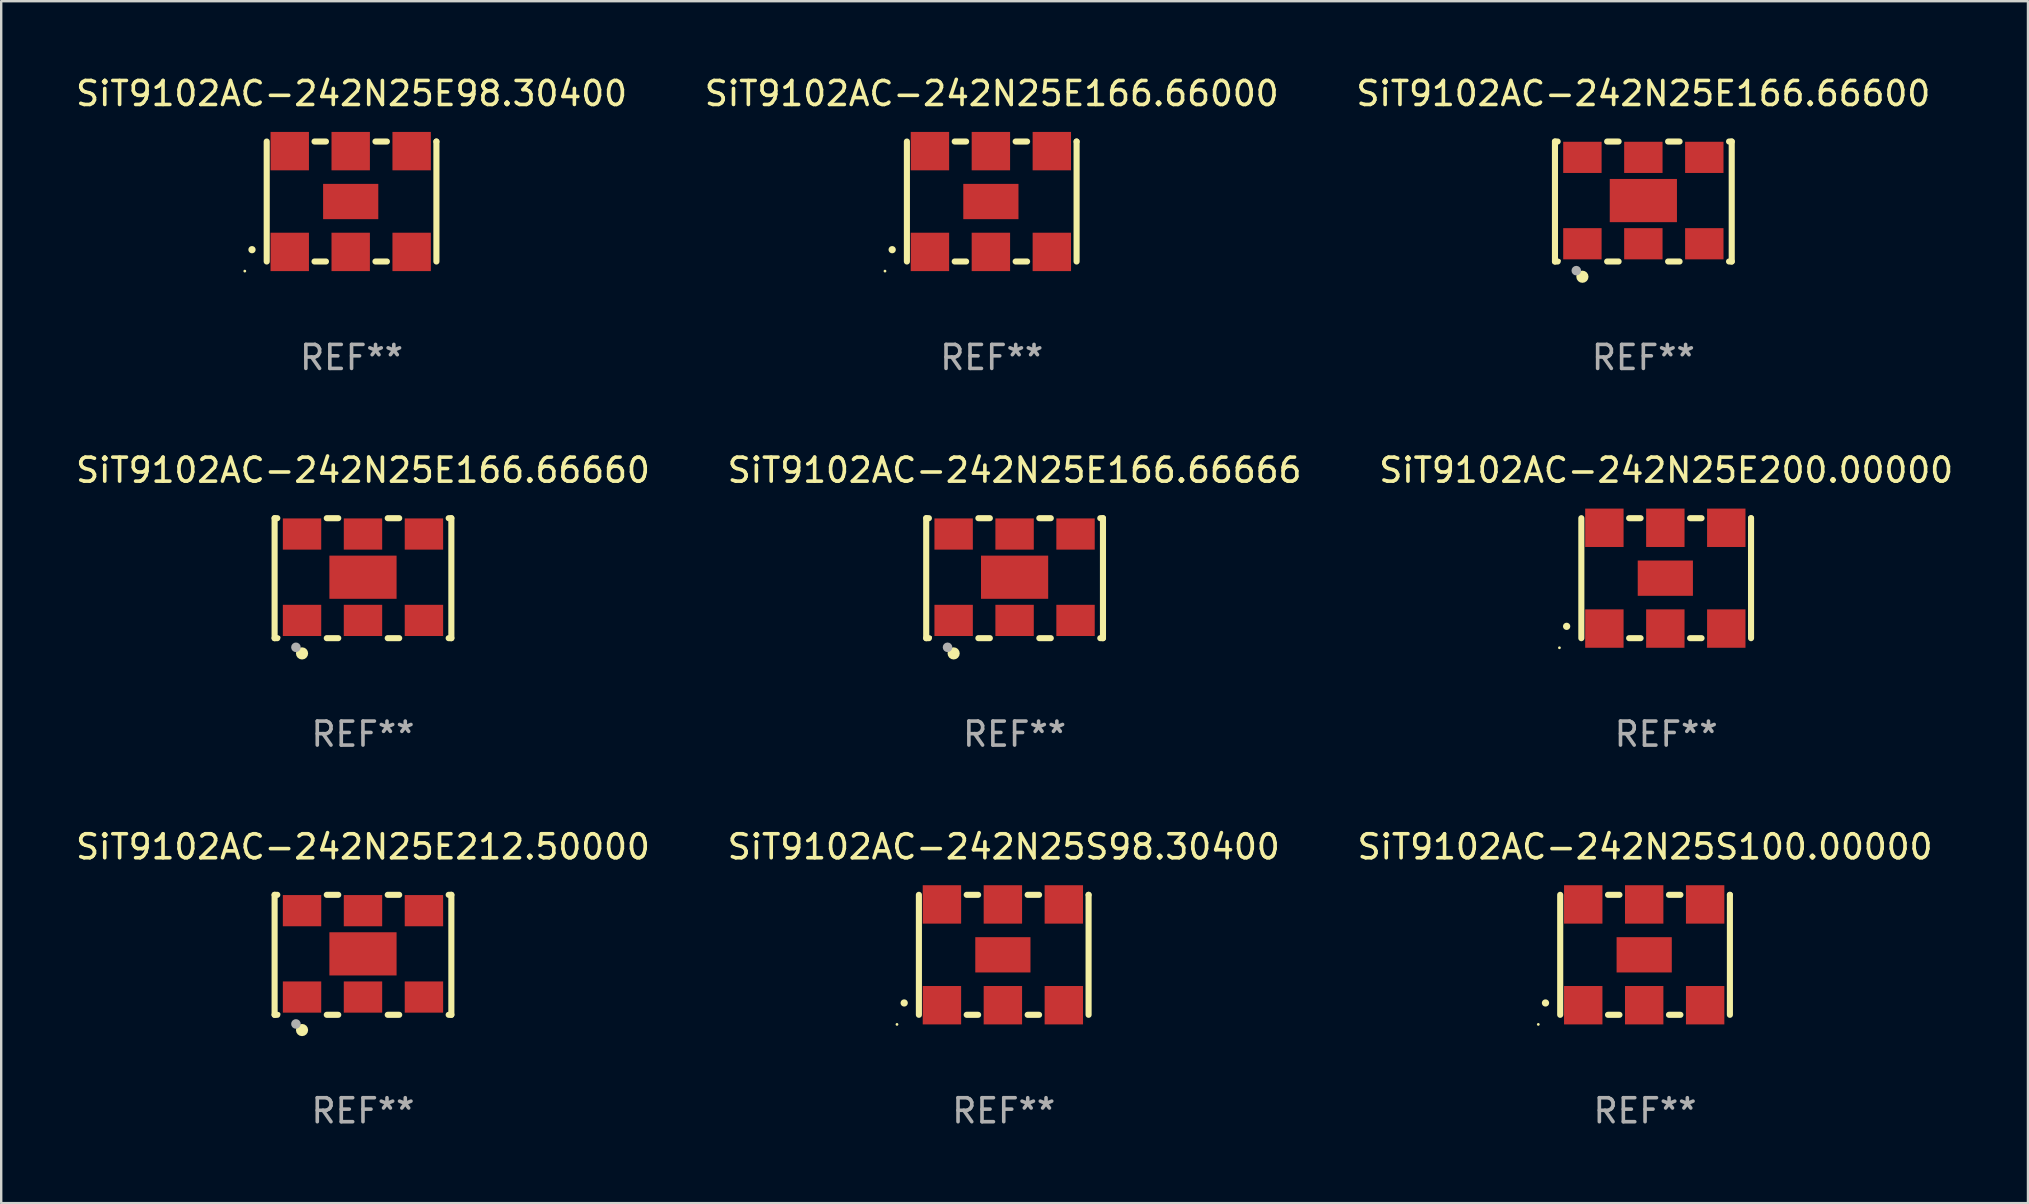
<source format=kicad_pcb>
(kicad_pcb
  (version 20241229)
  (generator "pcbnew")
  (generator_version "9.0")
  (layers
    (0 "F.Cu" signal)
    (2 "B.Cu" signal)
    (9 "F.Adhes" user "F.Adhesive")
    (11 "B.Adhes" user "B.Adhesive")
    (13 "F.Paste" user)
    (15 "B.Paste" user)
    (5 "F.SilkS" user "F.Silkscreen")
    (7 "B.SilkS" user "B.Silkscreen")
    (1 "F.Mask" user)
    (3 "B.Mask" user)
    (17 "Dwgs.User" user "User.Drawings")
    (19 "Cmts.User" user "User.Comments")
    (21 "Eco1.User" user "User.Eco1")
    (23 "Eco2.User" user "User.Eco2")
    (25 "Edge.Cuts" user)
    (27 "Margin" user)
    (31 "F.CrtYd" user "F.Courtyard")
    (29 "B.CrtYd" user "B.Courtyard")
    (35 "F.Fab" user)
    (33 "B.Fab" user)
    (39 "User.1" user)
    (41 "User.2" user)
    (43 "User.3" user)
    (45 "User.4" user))
  (footprint "SiT9102AC-242N25E166.66600"
    (layer "F.Cu")
    (at 65.435 5.348)
    (property "Reference" "SiT9102AC-242N25E166.66600" (at 0 -4.5 0) (layer "F.SilkS") (effects (font (size 1 1) (thickness 0.15))))
    (attr through_hole)
    (fp_line (start -3.683 -2.5) (end -3.571 -2.5) (stroke (width 0.254) (type solid)) (layer "F.SilkS"))
    (fp_line (start -3.683 2.5) (end -3.683 -2.5) (stroke (width 0.254) (type solid)) (layer "F.SilkS"))
    (fp_line (start -3.683 2.5) (end -3.571 2.5) (stroke (width 0.254) (type solid)) (layer "F.SilkS"))
    (fp_line (start -1.509 -2.5) (end -1.031 -2.5) (stroke (width 0.254) (type solid)) (layer "F.SilkS"))
    (fp_line (start -1.509 2.5) (end -1.031 2.5) (stroke (width 0.254) (type solid)) (layer "F.SilkS"))
    (fp_line (start 1.031 -2.5) (end 1.509 -2.5) (stroke (width 0.254) (type solid)) (layer "F.SilkS"))
    (fp_line (start 1.031 2.5) (end 1.509 2.5) (stroke (width 0.254) (type solid)) (layer "F.SilkS"))
    (fp_line (start 3.571 -2.5) (end 3.683 -2.5) (stroke (width 0.254) (type solid)) (layer "F.SilkS"))
    (fp_line (start 3.571 2.5) (end 3.683 2.5) (stroke (width 0.254) (type solid)) (layer "F.SilkS"))
    (fp_line (start 3.683 2.5) (end 3.683 -2.5) (stroke (width 0.254) (type solid)) (layer "F.SilkS"))
    (fp_circle (center -3.5 2.46) (end -3.47 2.46) (stroke (width 0.06) (type solid)) (fill no) (layer "F.SilkS"))
    (fp_circle (center -2.54 3.135) (end -2.413 3.135) (stroke (width 0.254) (type solid)) (fill no) (layer "F.SilkS"))
    (fp_circle (center -2.794 2.881) (end -2.694 2.881) (stroke (width 0.2) (type solid)) (fill no) (layer "F.Fab"))
    (fp_text user "REF**" (at 0 6.5 0) (layer "F.Fab") (effects (font (size 1 1) (thickness 0.15))))
    (pad "1" smd rect (at -2.54 1.76) (size 1.6 1.3) (layers "F.Cu" "F.Mask" "F.Paste"))
    (pad "2" smd rect (at 0 1.76) (size 1.6 1.3) (layers "F.Cu" "F.Mask" "F.Paste"))
    (pad "3" smd rect (at 2.54 1.76) (size 1.6 1.3) (layers "F.Cu" "F.Mask" "F.Paste"))
    (pad "4" smd rect (at 2.54 -1.84) (size 1.6 1.3) (layers "F.Cu" "F.Mask" "F.Paste"))
    (pad "5" smd rect (at 0 -1.84) (size 1.6 1.3) (layers "F.Cu" "F.Mask" "F.Paste"))
    (pad "6" smd rect (at -2.54 -1.84) (size 1.6 1.3) (layers "F.Cu" "F.Mask" "F.Paste"))
    (pad "7" smd rect (at 0 -0.04) (size 2.8 1.8) (layers "F.Cu" "F.Mask" "F.Paste")))
  (footprint "SiT9102AC-242N25S100.00000"
    (layer "F.Cu")
    (at 65.506 36.741)
    (property "Reference" "SiT9102AC-242N25S100.00000" (at 0 -4.5 0) (layer "F.SilkS") (effects (font (size 1 1) (thickness 0.15))))
    (attr through_hole)
    (fp_line (start -3.536 -2.5) (end -3.536 2.5) (stroke (width 0.254) (type solid)) (layer "F.SilkS"))
    (fp_line (start -1.544 2.5) (end -1.067 2.5) (stroke (width 0.254) (type solid)) (layer "F.SilkS"))
    (fp_line (start -1.067 -2.5) (end -1.544 -2.5) (stroke (width 0.254) (type solid)) (layer "F.SilkS"))
    (fp_line (start 0.996 2.5) (end 1.473 2.5) (stroke (width 0.254) (type solid)) (layer "F.SilkS"))
    (fp_line (start 1.473 -2.5) (end 0.996 -2.5) (stroke (width 0.254) (type solid)) (layer "F.SilkS"))
    (fp_line (start 3.536 -2.5) (end 3.536 -2.5) (stroke (width 0.254) (type solid)) (layer "F.SilkS"))
    (fp_line (start 3.536 2.5) (end 3.536 -2.5) (stroke (width 0.254) (type solid)) (layer "F.SilkS"))
    (fp_arc (start -4.150432 2.006604) (mid -4.149162 2.006599) (end -4.147892 2.006604) (stroke (width 0.3) (type solid)) (layer "F.SilkS"))
    (fp_circle (center -4.449 2.9) (end -4.419 2.9) (stroke (width 0.06) (type solid)) (fill no) (layer "F.SilkS"))
    (fp_text user "REF**" (at 0 6.5 0) (layer "F.Fab") (effects (font (size 1 1) (thickness 0.15))))
    (pad "1" smd rect (at -2.576 2.1) (size 1.6 1.6) (layers "F.Cu" "F.Mask" "F.Paste"))
    (pad "2" smd rect (at -0.036 2.1) (size 1.6 1.6) (layers "F.Cu" "F.Mask" "F.Paste"))
    (pad "3" smd rect (at 2.504 2.1) (size 1.6 1.6) (layers "F.Cu" "F.Mask" "F.Paste"))
    (pad "4" smd rect (at 2.504 -2.1) (size 1.6 1.6) (layers "F.Cu" "F.Mask" "F.Paste"))
    (pad "5" smd rect (at -0.036 -2.1) (size 1.6 1.6) (layers "F.Cu" "F.Mask" "F.Paste"))
    (pad "6" smd rect (at -2.576 -2.1) (size 1.6 1.6) (layers "F.Cu" "F.Mask" "F.Paste"))
    (pad "7" smd rect (at -0.036 0) (size 2.3 1.47) (layers "F.Cu" "F.Mask" "F.Paste")))
  (footprint "SiT9102AC-242N25E98.30400"
    (layer "F.Cu")
    (at 11.601 5.348)
    (property "Reference" "SiT9102AC-242N25E98.30400" (at 0 -4.5 0) (layer "F.SilkS") (effects (font (size 1 1) (thickness 0.15))))
    (attr through_hole)
    (fp_line (start -3.536 -2.5) (end -3.536 2.5) (stroke (width 0.254) (type solid)) (layer "F.SilkS"))
    (fp_line (start -1.544 2.5) (end -1.067 2.5) (stroke (width 0.254) (type solid)) (layer "F.SilkS"))
    (fp_line (start -1.067 -2.5) (end -1.544 -2.5) (stroke (width 0.254) (type solid)) (layer "F.SilkS"))
    (fp_line (start 0.996 2.5) (end 1.473 2.5) (stroke (width 0.254) (type solid)) (layer "F.SilkS"))
    (fp_line (start 1.473 -2.5) (end 0.996 -2.5) (stroke (width 0.254) (type solid)) (layer "F.SilkS"))
    (fp_line (start 3.536 -2.5) (end 3.536 -2.5) (stroke (width 0.254) (type solid)) (layer "F.SilkS"))
    (fp_line (start 3.536 2.5) (end 3.536 -2.5) (stroke (width 0.254) (type solid)) (layer "F.SilkS"))
    (fp_arc (start -4.150432 2.006604) (mid -4.149162 2.006599) (end -4.147892 2.006604) (stroke (width 0.3) (type solid)) (layer "F.SilkS"))
    (fp_circle (center -4.449 2.9) (end -4.419 2.9) (stroke (width 0.06) (type solid)) (fill no) (layer "F.SilkS"))
    (fp_text user "REF**" (at 0 6.5 0) (layer "F.Fab") (effects (font (size 1 1) (thickness 0.15))))
    (pad "1" smd rect (at -2.576 2.1) (size 1.6 1.6) (layers "F.Cu" "F.Mask" "F.Paste"))
    (pad "2" smd rect (at -0.036 2.1) (size 1.6 1.6) (layers "F.Cu" "F.Mask" "F.Paste"))
    (pad "3" smd rect (at 2.504 2.1) (size 1.6 1.6) (layers "F.Cu" "F.Mask" "F.Paste"))
    (pad "4" smd rect (at 2.504 -2.1) (size 1.6 1.6) (layers "F.Cu" "F.Mask" "F.Paste"))
    (pad "5" smd rect (at -0.036 -2.1) (size 1.6 1.6) (layers "F.Cu" "F.Mask" "F.Paste"))
    (pad "6" smd rect (at -2.576 -2.1) (size 1.6 1.6) (layers "F.Cu" "F.Mask" "F.Paste"))
    (pad "7" smd rect (at -0.036 0) (size 2.3 1.47) (layers "F.Cu" "F.Mask" "F.Paste")))
  (footprint "SiT9102AC-242N25E166.66000"
    (layer "F.Cu")
    (at 38.28 5.348)
    (property "Reference" "SiT9102AC-242N25E166.66000" (at 0 -4.5 0) (layer "F.SilkS") (effects (font (size 1 1) (thickness 0.15))))
    (attr through_hole)
    (fp_line (start -3.536 -2.5) (end -3.536 2.5) (stroke (width 0.254) (type solid)) (layer "F.SilkS"))
    (fp_line (start -1.544 2.5) (end -1.067 2.5) (stroke (width 0.254) (type solid)) (layer "F.SilkS"))
    (fp_line (start -1.067 -2.5) (end -1.544 -2.5) (stroke (width 0.254) (type solid)) (layer "F.SilkS"))
    (fp_line (start 0.996 2.5) (end 1.473 2.5) (stroke (width 0.254) (type solid)) (layer "F.SilkS"))
    (fp_line (start 1.473 -2.5) (end 0.996 -2.5) (stroke (width 0.254) (type solid)) (layer "F.SilkS"))
    (fp_line (start 3.536 -2.5) (end 3.536 -2.5) (stroke (width 0.254) (type solid)) (layer "F.SilkS"))
    (fp_line (start 3.536 2.5) (end 3.536 -2.5) (stroke (width 0.254) (type solid)) (layer "F.SilkS"))
    (fp_arc (start -4.150432 2.006604) (mid -4.149162 2.006599) (end -4.147892 2.006604) (stroke (width 0.3) (type solid)) (layer "F.SilkS"))
    (fp_circle (center -4.449 2.9) (end -4.419 2.9) (stroke (width 0.06) (type solid)) (fill no) (layer "F.SilkS"))
    (fp_text user "REF**" (at 0 6.5 0) (layer "F.Fab") (effects (font (size 1 1) (thickness 0.15))))
    (pad "1" smd rect (at -2.576 2.1) (size 1.6 1.6) (layers "F.Cu" "F.Mask" "F.Paste"))
    (pad "2" smd rect (at -0.036 2.1) (size 1.6 1.6) (layers "F.Cu" "F.Mask" "F.Paste"))
    (pad "3" smd rect (at 2.504 2.1) (size 1.6 1.6) (layers "F.Cu" "F.Mask" "F.Paste"))
    (pad "4" smd rect (at 2.504 -2.1) (size 1.6 1.6) (layers "F.Cu" "F.Mask" "F.Paste"))
    (pad "5" smd rect (at -0.036 -2.1) (size 1.6 1.6) (layers "F.Cu" "F.Mask" "F.Paste"))
    (pad "6" smd rect (at -2.576 -2.1) (size 1.6 1.6) (layers "F.Cu" "F.Mask" "F.Paste"))
    (pad "7" smd rect (at -0.036 0) (size 2.3 1.47) (layers "F.Cu" "F.Mask" "F.Paste")))
  (footprint "SiT9102AC-242N25E166.66660"
    (layer "F.Cu")
    (at 12.077 21.045)
    (property "Reference" "SiT9102AC-242N25E166.66660" (at 0 -4.5 0) (layer "F.SilkS") (effects (font (size 1 1) (thickness 0.15))))
    (attr through_hole)
    (fp_line (start -3.683 -2.5) (end -3.571 -2.5) (stroke (width 0.254) (type solid)) (layer "F.SilkS"))
    (fp_line (start -3.683 2.5) (end -3.683 -2.5) (stroke (width 0.254) (type solid)) (layer "F.SilkS"))
    (fp_line (start -3.683 2.5) (end -3.571 2.5) (stroke (width 0.254) (type solid)) (layer "F.SilkS"))
    (fp_line (start -1.509 -2.5) (end -1.031 -2.5) (stroke (width 0.254) (type solid)) (layer "F.SilkS"))
    (fp_line (start -1.509 2.5) (end -1.031 2.5) (stroke (width 0.254) (type solid)) (layer "F.SilkS"))
    (fp_line (start 1.031 -2.5) (end 1.509 -2.5) (stroke (width 0.254) (type solid)) (layer "F.SilkS"))
    (fp_line (start 1.031 2.5) (end 1.509 2.5) (stroke (width 0.254) (type solid)) (layer "F.SilkS"))
    (fp_line (start 3.571 -2.5) (end 3.683 -2.5) (stroke (width 0.254) (type solid)) (layer "F.SilkS"))
    (fp_line (start 3.571 2.5) (end 3.683 2.5) (stroke (width 0.254) (type solid)) (layer "F.SilkS"))
    (fp_line (start 3.683 2.5) (end 3.683 -2.5) (stroke (width 0.254) (type solid)) (layer "F.SilkS"))
    (fp_circle (center -3.5 2.46) (end -3.47 2.46) (stroke (width 0.06) (type solid)) (fill no) (layer "F.SilkS"))
    (fp_circle (center -2.54 3.135) (end -2.413 3.135) (stroke (width 0.254) (type solid)) (fill no) (layer "F.SilkS"))
    (fp_circle (center -2.794 2.881) (end -2.694 2.881) (stroke (width 0.2) (type solid)) (fill no) (layer "F.Fab"))
    (fp_text user "REF**" (at 0 6.5 0) (layer "F.Fab") (effects (font (size 1 1) (thickness 0.15))))
    (pad "1" smd rect (at -2.54 1.76) (size 1.6 1.3) (layers "F.Cu" "F.Mask" "F.Paste"))
    (pad "2" smd rect (at 0 1.76) (size 1.6 1.3) (layers "F.Cu" "F.Mask" "F.Paste"))
    (pad "3" smd rect (at 2.54 1.76) (size 1.6 1.3) (layers "F.Cu" "F.Mask" "F.Paste"))
    (pad "4" smd rect (at 2.54 -1.84) (size 1.6 1.3) (layers "F.Cu" "F.Mask" "F.Paste"))
    (pad "5" smd rect (at 0 -1.84) (size 1.6 1.3) (layers "F.Cu" "F.Mask" "F.Paste"))
    (pad "6" smd rect (at -2.54 -1.84) (size 1.6 1.3) (layers "F.Cu" "F.Mask" "F.Paste"))
    (pad "7" smd rect (at 0 -0.04) (size 2.8 1.8) (layers "F.Cu" "F.Mask" "F.Paste")))
  (footprint "SiT9102AC-242N25E200.00000"
    (layer "F.Cu")
    (at 66.387 21.045)
    (property "Reference" "SiT9102AC-242N25E200.00000" (at 0 -4.5 0) (layer "F.SilkS") (effects (font (size 1 1) (thickness 0.15))))
    (attr through_hole)
    (fp_line (start -3.536 -2.5) (end -3.536 2.5) (stroke (width 0.254) (type solid)) (layer "F.SilkS"))
    (fp_line (start -1.544 2.5) (end -1.067 2.5) (stroke (width 0.254) (type solid)) (layer "F.SilkS"))
    (fp_line (start -1.067 -2.5) (end -1.544 -2.5) (stroke (width 0.254) (type solid)) (layer "F.SilkS"))
    (fp_line (start 0.996 2.5) (end 1.473 2.5) (stroke (width 0.254) (type solid)) (layer "F.SilkS"))
    (fp_line (start 1.473 -2.5) (end 0.996 -2.5) (stroke (width 0.254) (type solid)) (layer "F.SilkS"))
    (fp_line (start 3.536 -2.5) (end 3.536 -2.5) (stroke (width 0.254) (type solid)) (layer "F.SilkS"))
    (fp_line (start 3.536 2.5) (end 3.536 -2.5) (stroke (width 0.254) (type solid)) (layer "F.SilkS"))
    (fp_arc (start -4.150432 2.006604) (mid -4.149162 2.006599) (end -4.147892 2.006604) (stroke (width 0.3) (type solid)) (layer "F.SilkS"))
    (fp_circle (center -4.449 2.9) (end -4.419 2.9) (stroke (width 0.06) (type solid)) (fill no) (layer "F.SilkS"))
    (fp_text user "REF**" (at 0 6.5 0) (layer "F.Fab") (effects (font (size 1 1) (thickness 0.15))))
    (pad "1" smd rect (at -2.576 2.1) (size 1.6 1.6) (layers "F.Cu" "F.Mask" "F.Paste"))
    (pad "2" smd rect (at -0.036 2.1) (size 1.6 1.6) (layers "F.Cu" "F.Mask" "F.Paste"))
    (pad "3" smd rect (at 2.504 2.1) (size 1.6 1.6) (layers "F.Cu" "F.Mask" "F.Paste"))
    (pad "4" smd rect (at 2.504 -2.1) (size 1.6 1.6) (layers "F.Cu" "F.Mask" "F.Paste"))
    (pad "5" smd rect (at -0.036 -2.1) (size 1.6 1.6) (layers "F.Cu" "F.Mask" "F.Paste"))
    (pad "6" smd rect (at -2.576 -2.1) (size 1.6 1.6) (layers "F.Cu" "F.Mask" "F.Paste"))
    (pad "7" smd rect (at -0.036 0) (size 2.3 1.47) (layers "F.Cu" "F.Mask" "F.Paste")))
  (footprint "SiT9102AC-242N25S98.30400"
    (layer "F.Cu")
    (at 38.78 36.741)
    (property "Reference" "SiT9102AC-242N25S98.30400" (at 0 -4.5 0) (layer "F.SilkS") (effects (font (size 1 1) (thickness 0.15))))
    (attr through_hole)
    (fp_line (start -3.536 -2.5) (end -3.536 2.5) (stroke (width 0.254) (type solid)) (layer "F.SilkS"))
    (fp_line (start -1.544 2.5) (end -1.067 2.5) (stroke (width 0.254) (type solid)) (layer "F.SilkS"))
    (fp_line (start -1.067 -2.5) (end -1.544 -2.5) (stroke (width 0.254) (type solid)) (layer "F.SilkS"))
    (fp_line (start 0.996 2.5) (end 1.473 2.5) (stroke (width 0.254) (type solid)) (layer "F.SilkS"))
    (fp_line (start 1.473 -2.5) (end 0.996 -2.5) (stroke (width 0.254) (type solid)) (layer "F.SilkS"))
    (fp_line (start 3.536 -2.5) (end 3.536 -2.5) (stroke (width 0.254) (type solid)) (layer "F.SilkS"))
    (fp_line (start 3.536 2.5) (end 3.536 -2.5) (stroke (width 0.254) (type solid)) (layer "F.SilkS"))
    (fp_arc (start -4.150432 2.006604) (mid -4.149162 2.006599) (end -4.147892 2.006604) (stroke (width 0.3) (type solid)) (layer "F.SilkS"))
    (fp_circle (center -4.449 2.9) (end -4.419 2.9) (stroke (width 0.06) (type solid)) (fill no) (layer "F.SilkS"))
    (fp_text user "REF**" (at 0 6.5 0) (layer "F.Fab") (effects (font (size 1 1) (thickness 0.15))))
    (pad "1" smd rect (at -2.576 2.1) (size 1.6 1.6) (layers "F.Cu" "F.Mask" "F.Paste"))
    (pad "2" smd rect (at -0.036 2.1) (size 1.6 1.6) (layers "F.Cu" "F.Mask" "F.Paste"))
    (pad "3" smd rect (at 2.504 2.1) (size 1.6 1.6) (layers "F.Cu" "F.Mask" "F.Paste"))
    (pad "4" smd rect (at 2.504 -2.1) (size 1.6 1.6) (layers "F.Cu" "F.Mask" "F.Paste"))
    (pad "5" smd rect (at -0.036 -2.1) (size 1.6 1.6) (layers "F.Cu" "F.Mask" "F.Paste"))
    (pad "6" smd rect (at -2.576 -2.1) (size 1.6 1.6) (layers "F.Cu" "F.Mask" "F.Paste"))
    (pad "7" smd rect (at -0.036 0) (size 2.3 1.47) (layers "F.Cu" "F.Mask" "F.Paste")))
  (footprint "SiT9102AC-242N25E212.50000"
    (layer "F.Cu")
    (at 12.077 36.741)
    (property "Reference" "SiT9102AC-242N25E212.50000" (at 0 -4.5 0) (layer "F.SilkS") (effects (font (size 1 1) (thickness 0.15))))
    (attr through_hole)
    (fp_line (start -3.683 -2.5) (end -3.571 -2.5) (stroke (width 0.254) (type solid)) (layer "F.SilkS"))
    (fp_line (start -3.683 2.5) (end -3.683 -2.5) (stroke (width 0.254) (type solid)) (layer "F.SilkS"))
    (fp_line (start -3.683 2.5) (end -3.571 2.5) (stroke (width 0.254) (type solid)) (layer "F.SilkS"))
    (fp_line (start -1.509 -2.5) (end -1.031 -2.5) (stroke (width 0.254) (type solid)) (layer "F.SilkS"))
    (fp_line (start -1.509 2.5) (end -1.031 2.5) (stroke (width 0.254) (type solid)) (layer "F.SilkS"))
    (fp_line (start 1.031 -2.5) (end 1.509 -2.5) (stroke (width 0.254) (type solid)) (layer "F.SilkS"))
    (fp_line (start 1.031 2.5) (end 1.509 2.5) (stroke (width 0.254) (type solid)) (layer "F.SilkS"))
    (fp_line (start 3.571 -2.5) (end 3.683 -2.5) (stroke (width 0.254) (type solid)) (layer "F.SilkS"))
    (fp_line (start 3.571 2.5) (end 3.683 2.5) (stroke (width 0.254) (type solid)) (layer "F.SilkS"))
    (fp_line (start 3.683 2.5) (end 3.683 -2.5) (stroke (width 0.254) (type solid)) (layer "F.SilkS"))
    (fp_circle (center -3.5 2.46) (end -3.47 2.46) (stroke (width 0.06) (type solid)) (fill no) (layer "F.SilkS"))
    (fp_circle (center -2.54 3.135) (end -2.413 3.135) (stroke (width 0.254) (type solid)) (fill no) (layer "F.SilkS"))
    (fp_circle (center -2.794 2.881) (end -2.694 2.881) (stroke (width 0.2) (type solid)) (fill no) (layer "F.Fab"))
    (fp_text user "REF**" (at 0 6.5 0) (layer "F.Fab") (effects (font (size 1 1) (thickness 0.15))))
    (pad "1" smd rect (at -2.54 1.76) (size 1.6 1.3) (layers "F.Cu" "F.Mask" "F.Paste"))
    (pad "2" smd rect (at 0 1.76) (size 1.6 1.3) (layers "F.Cu" "F.Mask" "F.Paste"))
    (pad "3" smd rect (at 2.54 1.76) (size 1.6 1.3) (layers "F.Cu" "F.Mask" "F.Paste"))
    (pad "4" smd rect (at 2.54 -1.84) (size 1.6 1.3) (layers "F.Cu" "F.Mask" "F.Paste"))
    (pad "5" smd rect (at 0 -1.84) (size 1.6 1.3) (layers "F.Cu" "F.Mask" "F.Paste"))
    (pad "6" smd rect (at -2.54 -1.84) (size 1.6 1.3) (layers "F.Cu" "F.Mask" "F.Paste"))
    (pad "7" smd rect (at 0 -0.04) (size 2.8 1.8) (layers "F.Cu" "F.Mask" "F.Paste")))
  (footprint "SiT9102AC-242N25E166.66666"
    (layer "F.Cu")
    (at 39.232 21.045)
    (property "Reference" "SiT9102AC-242N25E166.66666" (at 0 -4.5 0) (layer "F.SilkS") (effects (font (size 1 1) (thickness 0.15))))
    (attr through_hole)
    (fp_line (start -3.683 -2.5) (end -3.571 -2.5) (stroke (width 0.254) (type solid)) (layer "F.SilkS"))
    (fp_line (start -3.683 2.5) (end -3.683 -2.5) (stroke (width 0.254) (type solid)) (layer "F.SilkS"))
    (fp_line (start -3.683 2.5) (end -3.571 2.5) (stroke (width 0.254) (type solid)) (layer "F.SilkS"))
    (fp_line (start -1.509 -2.5) (end -1.031 -2.5) (stroke (width 0.254) (type solid)) (layer "F.SilkS"))
    (fp_line (start -1.509 2.5) (end -1.031 2.5) (stroke (width 0.254) (type solid)) (layer "F.SilkS"))
    (fp_line (start 1.031 -2.5) (end 1.509 -2.5) (stroke (width 0.254) (type solid)) (layer "F.SilkS"))
    (fp_line (start 1.031 2.5) (end 1.509 2.5) (stroke (width 0.254) (type solid)) (layer "F.SilkS"))
    (fp_line (start 3.571 -2.5) (end 3.683 -2.5) (stroke (width 0.254) (type solid)) (layer "F.SilkS"))
    (fp_line (start 3.571 2.5) (end 3.683 2.5) (stroke (width 0.254) (type solid)) (layer "F.SilkS"))
    (fp_line (start 3.683 2.5) (end 3.683 -2.5) (stroke (width 0.254) (type solid)) (layer "F.SilkS"))
    (fp_circle (center -3.5 2.46) (end -3.47 2.46) (stroke (width 0.06) (type solid)) (fill no) (layer "F.SilkS"))
    (fp_circle (center -2.54 3.135) (end -2.413 3.135) (stroke (width 0.254) (type solid)) (fill no) (layer "F.SilkS"))
    (fp_circle (center -2.794 2.881) (end -2.694 2.881) (stroke (width 0.2) (type solid)) (fill no) (layer "F.Fab"))
    (fp_text user "REF**" (at 0 6.5 0) (layer "F.Fab") (effects (font (size 1 1) (thickness 0.15))))
    (pad "1" smd rect (at -2.54 1.76) (size 1.6 1.3) (layers "F.Cu" "F.Mask" "F.Paste"))
    (pad "2" smd rect (at 0 1.76) (size 1.6 1.3) (layers "F.Cu" "F.Mask" "F.Paste"))
    (pad "3" smd rect (at 2.54 1.76) (size 1.6 1.3) (layers "F.Cu" "F.Mask" "F.Paste"))
    (pad "4" smd rect (at 2.54 -1.84) (size 1.6 1.3) (layers "F.Cu" "F.Mask" "F.Paste"))
    (pad "5" smd rect (at 0 -1.84) (size 1.6 1.3) (layers "F.Cu" "F.Mask" "F.Paste"))
    (pad "6" smd rect (at -2.54 -1.84) (size 1.6 1.3) (layers "F.Cu" "F.Mask" "F.Paste"))
    (pad "7" smd rect (at 0 -0.04) (size 2.8 1.8) (layers "F.Cu" "F.Mask" "F.Paste")))
  (gr_rect
    (start -3 -3)
    (end 81.464 47.09)
    (stroke (width 0.1) (type default))
    (fill no)
    (layer "Edge.Cuts")))
</source>
